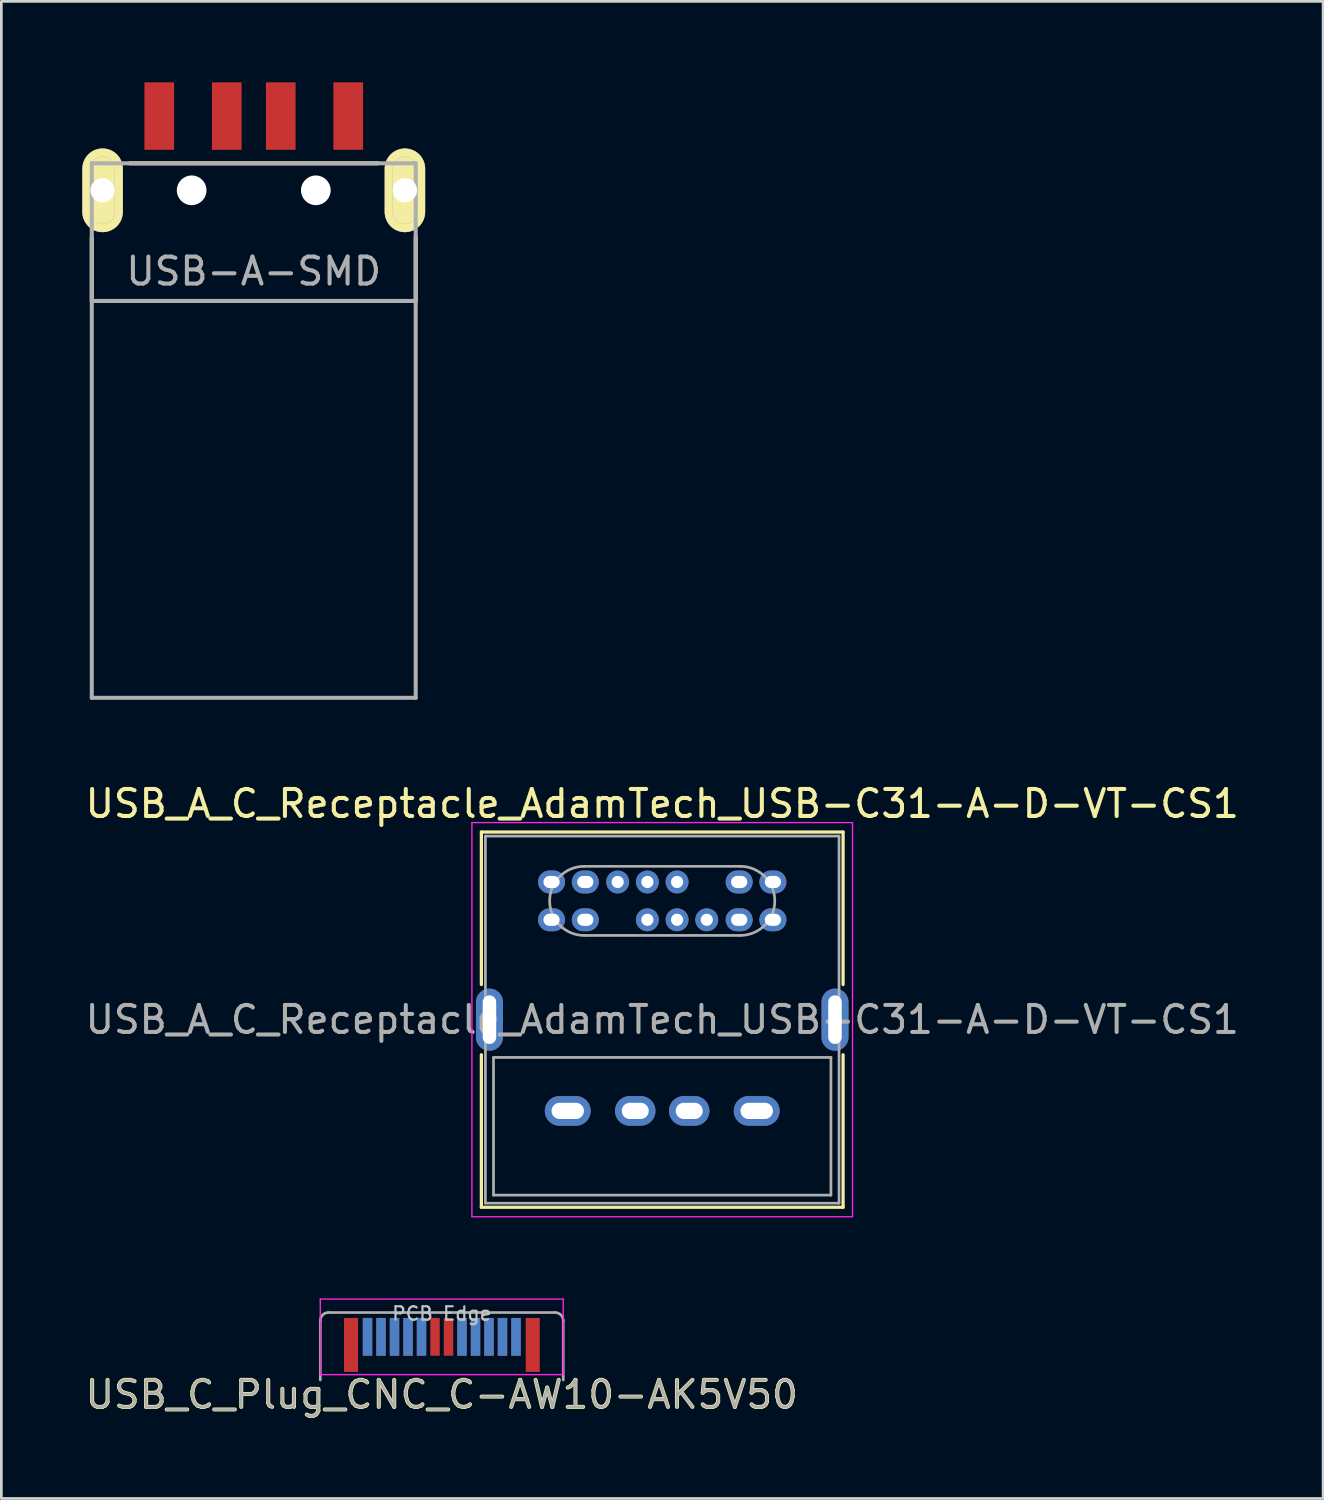
<source format=kicad_pcb>
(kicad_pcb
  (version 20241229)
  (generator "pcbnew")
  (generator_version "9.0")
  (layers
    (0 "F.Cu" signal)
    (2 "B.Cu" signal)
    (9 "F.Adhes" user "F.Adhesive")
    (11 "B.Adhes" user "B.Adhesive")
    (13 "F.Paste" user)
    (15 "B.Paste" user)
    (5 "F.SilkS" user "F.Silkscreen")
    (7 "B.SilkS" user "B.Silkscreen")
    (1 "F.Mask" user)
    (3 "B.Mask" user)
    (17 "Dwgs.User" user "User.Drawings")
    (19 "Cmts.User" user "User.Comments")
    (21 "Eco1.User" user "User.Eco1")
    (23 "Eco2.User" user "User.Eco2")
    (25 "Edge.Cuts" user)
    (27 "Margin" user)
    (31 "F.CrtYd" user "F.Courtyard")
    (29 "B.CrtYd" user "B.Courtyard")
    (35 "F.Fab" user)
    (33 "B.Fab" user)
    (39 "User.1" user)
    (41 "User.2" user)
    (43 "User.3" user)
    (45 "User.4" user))
  (footprint "USB_A_C_Receptacle_AdamTech_USB-C31-A-D-VT-CS1"
    (layer "F.Cu")
    (at 21.482 34.723)
    (property "Reference" "USB_A_C_Receptacle_AdamTech_USB-C31-A-D-VT-CS1" (at 0 -8 0) (layer "F.SilkS") (effects (font (size 1 1) (thickness 0.15))))
    (attr through_hole)
    (fp_line (start -6.7 -6.95) (end -6.7 -1.3) (stroke (width 0.12) (type solid)) (layer "F.SilkS"))
    (fp_line (start -6.7 1.3) (end -6.7 6.95) (stroke (width 0.12) (type solid)) (layer "F.SilkS"))
    (fp_line (start -6.7 6.95) (end 6.7 6.95) (stroke (width 0.12) (type solid)) (layer "F.SilkS"))
    (fp_line (start 6.7 -6.95) (end -6.7 -6.95) (stroke (width 0.12) (type solid)) (layer "F.SilkS"))
    (fp_line (start 6.7 -1.3) (end 6.7 -6.95) (stroke (width 0.12) (type solid)) (layer "F.SilkS"))
    (fp_line (start 6.7 6.95) (end 6.7 1.3) (stroke (width 0.12) (type solid)) (layer "F.SilkS"))
    (fp_line (start -7.05 -7.3) (end 7.05 -7.3) (stroke (width 0.05) (type solid)) (layer "F.CrtYd"))
    (fp_line (start -7.05 7.3) (end -7.05 -7.3) (stroke (width 0.05) (type solid)) (layer "F.CrtYd"))
    (fp_line (start 7.05 -7.3) (end 7.05 7.3) (stroke (width 0.05) (type solid)) (layer "F.CrtYd"))
    (fp_line (start 7.05 7.3) (end -7.05 7.3) (stroke (width 0.05) (type solid)) (layer "F.CrtYd"))
    (fp_line (start -6.55 -6.8) (end -6.55 6.8) (stroke (width 0.1) (type solid)) (layer "F.Fab"))
    (fp_line (start -6.55 6.8) (end 6.55 6.8) (stroke (width 0.1) (type solid)) (layer "F.Fab"))
    (fp_line (start -6.25 1.4) (end -6.25 6.5) (stroke (width 0.1) (type solid)) (layer "F.Fab"))
    (fp_line (start -6.25 6.5) (end 6.25 6.5) (stroke (width 0.1) (type solid)) (layer "F.Fab"))
    (fp_line (start -2.89 -5.68) (end 2.89 -5.68) (stroke (width 0.1) (type solid)) (layer "F.Fab"))
    (fp_line (start 2.89 -3.12) (end -2.89 -3.12) (stroke (width 0.1) (type solid)) (layer "F.Fab"))
    (fp_line (start 6.25 1.4) (end -6.25 1.4) (stroke (width 0.1) (type solid)) (layer "F.Fab"))
    (fp_line (start 6.25 6.5) (end 6.25 1.4) (stroke (width 0.1) (type solid)) (layer "F.Fab"))
    (fp_line (start 6.55 -6.8) (end -6.55 -6.8) (stroke (width 0.1) (type solid)) (layer "F.Fab"))
    (fp_line (start 6.55 6.8) (end 6.55 -6.8) (stroke (width 0.1) (type solid)) (layer "F.Fab"))
    (fp_arc (start -2.89 -3.12) (mid -4.17 -4.4) (end -2.89 -5.68) (stroke (width 0.1) (type solid)) (layer "F.Fab"))
    (fp_arc (start 2.89 -5.68) (mid 4.17 -4.4) (end 2.89 -3.12) (stroke (width 0.1) (type solid)) (layer "F.Fab"))
    (fp_text user "${REFERENCE}" (at 0 0 0) (layer "F.Fab") (effects (font (size 1 1) (thickness 0.15))))
    (pad "1" thru_hole oval (at -3.5 3.38) (size 1.7 1.1) (drill oval 1.2 0.6) (layers "*.Cu" "*.Mask"))
    (pad "2" thru_hole oval (at -1 3.38) (size 1.5 1.1) (drill oval 1 0.6) (layers "*.Cu" "*.Mask"))
    (pad "3" thru_hole oval (at 1 3.38) (size 1.5 1.1) (drill oval 1 0.6) (layers "*.Cu" "*.Mask"))
    (pad "4" thru_hole oval (at 3.5 3.38) (size 1.7 1.1) (drill oval 1.2 0.6) (layers "*.Cu" "*.Mask"))
    (pad "A1" thru_hole oval (at -4.1 -5.1) (size 1 0.85) (drill oval 0.6 0.45) (layers "*.Cu" "*.Mask"))
    (pad "A4" thru_hole oval (at -2.85 -5.1) (size 1 0.85) (drill oval 0.6 0.45) (layers "*.Cu" "*.Mask"))
    (pad "A5" thru_hole oval (at -1.65 -5.1) (size 0.85 0.85) (drill oval 0.45) (layers "*.Cu" "*.Mask"))
    (pad "A6" thru_hole oval (at -0.55 -5.1) (size 0.85 0.85) (drill oval 0.45) (layers "*.Cu" "*.Mask"))
    (pad "A7" thru_hole oval (at 0.55 -5.1) (size 0.85 0.85) (drill oval 0.45) (layers "*.Cu" "*.Mask"))
    (pad "A9" thru_hole oval (at 2.85 -5.1) (size 1 0.85) (drill oval 0.6 0.45) (layers "*.Cu" "*.Mask"))
    (pad "A12" thru_hole oval (at 4.1 -5.1) (size 1 0.85) (drill oval 0.6 0.45) (layers "*.Cu" "*.Mask"))
    (pad "B1" thru_hole oval (at 4.1 -3.7) (size 1 0.85) (drill oval 0.6 0.45) (layers "*.Cu" "*.Mask"))
    (pad "B4" thru_hole oval (at 2.85 -3.7) (size 1 0.85) (drill oval 0.6 0.45) (layers "*.Cu" "*.Mask"))
    (pad "B5" thru_hole oval (at 1.65 -3.7) (size 0.85 0.85) (drill oval 0.45) (layers "*.Cu" "*.Mask"))
    (pad "B6" thru_hole oval (at 0.55 -3.7) (size 0.85 0.85) (drill oval 0.45) (layers "*.Cu" "*.Mask"))
    (pad "B7" thru_hole oval (at -0.55 -3.7) (size 0.85 0.85) (drill oval 0.45) (layers "*.Cu" "*.Mask"))
    (pad "B9" thru_hole oval (at -2.85 -3.7) (size 1 0.85) (drill oval 0.6 0.45) (layers "*.Cu" "*.Mask"))
    (pad "B12" thru_hole oval (at -4.1 -3.7) (size 1 0.85) (drill oval 0.6 0.45) (layers "*.Cu" "*.Mask"))
    (pad "S1" thru_hole oval (at -6.4 0) (size 1 2.3) (drill oval 0.5 1.8) (layers "*.Cu" "*.Mask"))
    (pad "S2" thru_hole oval (at 6.4 0) (size 1 2.3) (drill oval 0.5 1.8) (layers "*.Cu" "*.Mask")))
  (footprint "USB-A-SMD"
    (layer "F.Cu")
    (at 6.35 4)
    (property "Reference" "USB-A-SMD" (at 0 3 0) (layer "F.Fab") (effects (font (size 1 1) (thickness 0.15))))
    (attr through_hole)
    (fp_line (start -6 1.75) (end -6 4.1) (stroke (width 0.15) (type solid)) (layer "F.SilkS"))
    (fp_line (start -4.6 -1) (end 4.6 -1) (stroke (width 0.15) (type solid)) (layer "F.SilkS"))
    (fp_line (start 6 1.75) (end 6 4.1) (stroke (width 0.15) (type solid)) (layer "F.SilkS"))
    (fp_line (start -6.05 0.8) (end -6.05 -0.8) (stroke (width 0.01) (type solid)) (layer "F.Fab"))
    (fp_line (start -6 -1) (end 6 -1) (stroke (width 0.15) (type solid)) (layer "F.Fab"))
    (fp_line (start -6 4.1) (end 6 4.1) (stroke (width 0.15) (type solid)) (layer "F.Fab"))
    (fp_line (start -6 18.8) (end -6 -1) (stroke (width 0.15) (type solid)) (layer "F.Fab"))
    (fp_line (start -5.15 -0.8) (end -5.15 0.8) (stroke (width 0.01) (type solid)) (layer "F.Fab"))
    (fp_line (start 5.15 0.8) (end 5.15 -0.8) (stroke (width 0.01) (type solid)) (layer "F.Fab"))
    (fp_line (start 6 -1) (end 6 18.8) (stroke (width 0.15) (type solid)) (layer "F.Fab"))
    (fp_line (start 6 18.8) (end -6 18.8) (stroke (width 0.15) (type solid)) (layer "F.Fab"))
    (fp_line (start 6.05 -0.8) (end 6.05 0.8) (stroke (width 0.01) (type solid)) (layer "F.Fab"))
    (fp_arc (start -6.05 -0.8) (mid -5.6 -1.25) (end -5.15 -0.8) (stroke (width 0.01) (type solid)) (layer "F.Fab"))
    (fp_arc (start -5.15 0.8) (mid -5.6 1.25) (end -6.05 0.8) (stroke (width 0.01) (type solid)) (layer "F.Fab"))
    (fp_arc (start 5.15 -0.8) (mid 5.6 -1.25) (end 6.05 -0.8) (stroke (width 0.01) (type solid)) (layer "F.Fab"))
    (fp_arc (start 6.05 0.8) (mid 5.6 1.25) (end 5.15 0.8) (stroke (width 0.01) (type solid)) (layer "F.Fab"))
    (pad "" np_thru_hole circle (at -2.3 0) (size 1.1 1.1) (drill 1.1) (layers "*.Cu"))
    (pad "" np_thru_hole circle (at 2.3 0) (size 1.1 1.1) (drill 1.1) (layers "*.Cu"))
    (pad "1" smd rect (at 3.5 -2.75) (size 1.1 2.5) (layers "F.Cu" "F.Mask" "F.Paste"))
    (pad "2" smd rect (at 1 -2.75) (size 1.1 2.5) (layers "F.Cu" "F.Mask" "F.Paste"))
    (pad "3" smd rect (at -1 -2.75) (size 1.1 2.5) (layers "F.Cu" "F.Mask" "F.Paste"))
    (pad "4" smd rect (at -3.5 -2.75) (size 1.1 2.5) (layers "F.Cu" "F.Mask" "F.Paste"))
    (pad "5" thru_hole oval (at -5.6 0) (size 1.5 3.1) (drill 0.9) (layers "*.Cu" "*.Mask" "F.SilkS"))
    (pad "5" thru_hole oval (at 5.6 0) (size 1.5 3.1) (drill 0.9) (layers "*.Cu" "*.Mask" "F.SilkS")))
  (footprint "USB_C_Plug_CNC_C-AW10-AK5V50"
    (layer "F.Cu")
    (at 13.315 46.573)
    (property "Reference" "USB_C_Plug_CNC_C-AW10-AK5V50" (at 0 2.04 0) (layer "F.SilkS") (effects (font (size 1 1) (thickness 0.15))))
    (attr smd)
    (fp_line (start -4.5 1.3) (end -4.5 -1.5) (stroke (width 0.05) (type solid)) (layer "F.CrtYd"))
    (fp_line (start 4.5 -1.5) (end -4.5 -1.5) (stroke (width 0.05) (type solid)) (layer "F.CrtYd"))
    (fp_line (start 4.5 1.3) (end -4.5 1.3) (stroke (width 0.05) (type solid)) (layer "F.CrtYd"))
    (fp_line (start 4.5 1.3) (end 4.5 -1.5) (stroke (width 0.05) (type solid)) (layer "F.CrtYd"))
    (fp_line (start -4.5 -0.7) (end -4.5 1.5) (stroke (width 0.1) (type solid)) (layer "F.Fab"))
    (fp_line (start -4.2 -1) (end 4.2 -1) (stroke (width 0.1) (type solid)) (layer "F.Fab"))
    (fp_line (start 4.5 -0.7) (end 4.5 1.5) (stroke (width 0.1) (type solid)) (layer "F.Fab"))
    (fp_arc (start -4.5 -0.7) (mid -4.412132 -0.912132) (end -4.2 -1) (stroke (width 0.1) (type solid)) (layer "F.Fab"))
    (fp_arc (start 4.2 -1) (mid 4.412132 -0.912132) (end 4.5 -0.7) (stroke (width 0.1) (type solid)) (layer "F.Fab"))
    (fp_text user "PCB Edge" (at 0 -0.96 0) (layer "Dwgs.User") (effects (font (size 0.5 0.5) (thickness 0.08))))
    (fp_text user "${REFERENCE}" (at 0 2.04 0) (layer "F.Fab") (effects (font (size 1 1) (thickness 0.1))))
    (pad "A1" smd rect (at -2.75 -0.1) (size 0.35 1.4) (layers "F.Cu" "F.Mask" "F.Paste"))
    (pad "A2" smd rect (at -2.25 -0.1) (size 0.35 1.4) (layers "F.Cu" "F.Mask" "F.Paste"))
    (pad "A3" smd rect (at -1.75 -0.1) (size 0.35 1.4) (layers "F.Cu" "F.Mask" "F.Paste"))
    (pad "A4" smd rect (at -1.25 -0.1) (size 0.35 1.4) (layers "F.Cu" "F.Mask" "F.Paste"))
    (pad "A5" smd rect (at -0.75 -0.1) (size 0.35 1.4) (layers "F.Cu" "F.Mask" "F.Paste"))
    (pad "A6" smd rect (at -0.25 -0.1) (size 0.35 1.4) (layers "F.Cu" "F.Mask" "F.Paste"))
    (pad "A7" smd rect (at 0.25 -0.1) (size 0.35 1.4) (layers "F.Cu" "F.Mask" "F.Paste"))
    (pad "A8" smd rect (at 0.75 -0.1) (size 0.35 1.4) (layers "F.Cu" "F.Mask" "F.Paste"))
    (pad "A9" smd rect (at 1.25 -0.1) (size 0.35 1.4) (layers "F.Cu" "F.Mask" "F.Paste"))
    (pad "A10" smd rect (at 1.75 -0.1) (size 0.35 1.4) (layers "F.Cu" "F.Mask" "F.Paste"))
    (pad "A11" smd rect (at 2.25 -0.1) (size 0.35 1.4) (layers "F.Cu" "F.Mask" "F.Paste"))
    (pad "A12" smd rect (at 2.75 -0.1) (size 0.35 1.4) (layers "F.Cu" "F.Mask" "F.Paste"))
    (pad "B1" smd rect (at -2.75 -0.1) (size 0.35 1.4) (layers "B.Cu" "B.Mask" "B.Paste"))
    (pad "B2" smd rect (at -2.25 -0.1) (size 0.35 1.4) (layers "B.Cu" "B.Mask" "B.Paste"))
    (pad "B3" smd rect (at -1.75 -0.1) (size 0.35 1.4) (layers "B.Cu" "B.Mask" "B.Paste"))
    (pad "B4" smd rect (at -1.25 -0.1) (size 0.35 1.4) (layers "B.Cu" "B.Mask" "B.Paste"))
    (pad "B5" smd rect (at -0.75 -0.1) (size 0.35 1.4) (layers "B.Cu" "B.Mask" "B.Paste"))
    (pad "B8" smd rect (at 0.75 -0.1) (size 0.35 1.4) (layers "B.Cu" "B.Mask" "B.Paste"))
    (pad "B9" smd rect (at 1.25 -0.1) (size 0.35 1.4) (layers "B.Cu" "B.Mask" "B.Paste"))
    (pad "B10" smd rect (at 1.75 -0.1) (size 0.35 1.4) (layers "B.Cu" "B.Mask" "B.Paste"))
    (pad "B11" smd rect (at 2.25 -0.1) (size 0.35 1.4) (layers "B.Cu" "B.Mask" "B.Paste"))
    (pad "B12" smd rect (at 2.75 -0.1) (size 0.35 1.4) (layers "B.Cu" "B.Mask" "B.Paste"))
    (pad "S1" smd rect (at -3.36 0.2) (size 0.52 2) (layers "F.Cu" "F.Mask" "F.Paste"))
    (pad "S1" smd rect (at 3.37 0.2) (size 0.52 2) (layers "F.Cu" "F.Mask" "F.Paste")))
  (gr_rect
    (start -3 -3)
    (end 45.964 52.462)
    (stroke (width 0.1) (type default))
    (fill no)
    (layer "Edge.Cuts")))
</source>
